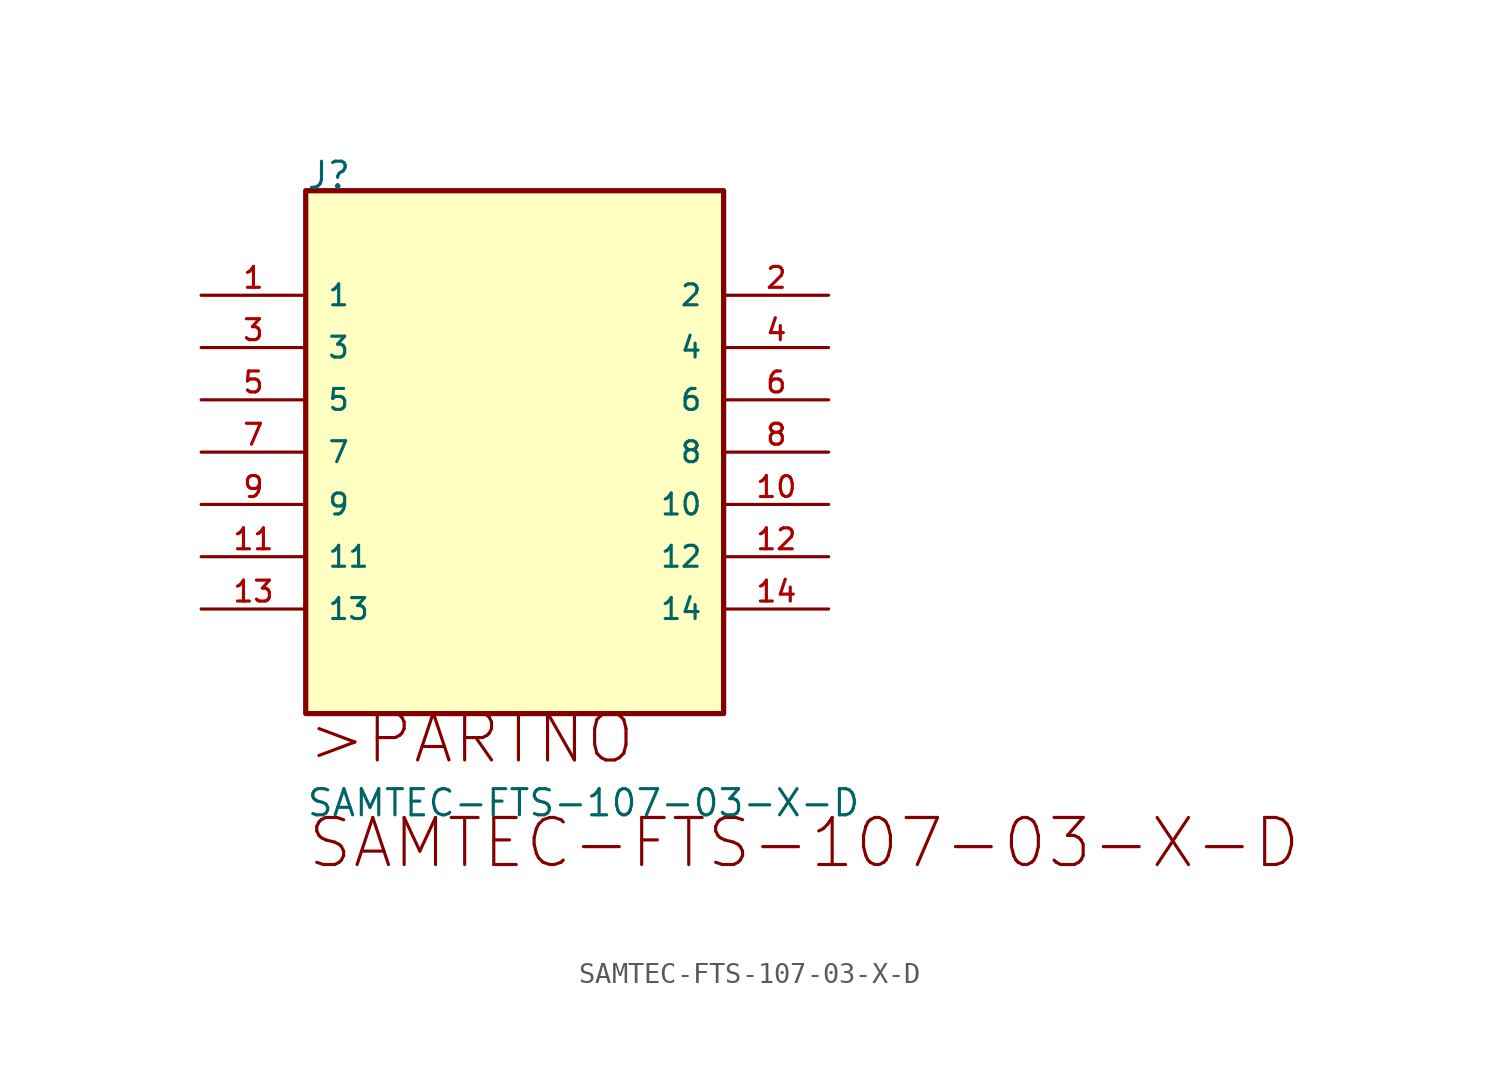
<source format=kicad_sym>
(kicad_symbol_lib
  (version 20211014)
  (generator kicad_symbol_editor)
  (symbol "SAMTEC-FTS-107-03-X-D"
    (pin_names
      (offset 1.016))
    (property "Reference" "J"
      (at 0.0 5.08 0)
      (effects (font (size 1.27 1.27)) (justify bottom left)))
    (property "Value" "SAMTEC-FTS-107-03-X-D"
      (at 0.0 -25.4 0)
      (effects (font (size 1.27 1.27)) (justify bottom left)))
    (symbol "SAMTEC-FTS-107-03-X-D_0_0"
      (text ">PARTNO" (at 0.0 -22.86 0) (effects (font (size 2.286 2.286)) (justify bottom left)))
      (text "SAMTEC-FTS-107-03-X-D" (at 0.0 -27.94 0) (effects (font (size 2.286 2.286)) (justify bottom left)))
      (rectangle (start 0.0 -20.32) (end 20.3 5.08) (stroke (width 0.254)) (fill (type background)))
      (pin passive line (at -5.08 -0.0 0) (length 5.08) (name "1" (effects (font (size 1.016 1.016)))) (number "1" (effects (font (size 1.016 1.016)))))
      (pin passive line (at 25.4 -0.0 180.0) (length 5.08) (name "2" (effects (font (size 1.016 1.016)))) (number "2" (effects (font (size 1.016 1.016)))))
      (pin passive line (at -5.08 -2.54 0) (length 5.08) (name "3" (effects (font (size 1.016 1.016)))) (number "3" (effects (font (size 1.016 1.016)))))
      (pin passive line (at 25.4 -2.54 180.0) (length 5.08) (name "4" (effects (font (size 1.016 1.016)))) (number "4" (effects (font (size 1.016 1.016)))))
      (pin passive line (at -5.08 -5.08 0) (length 5.08) (name "5" (effects (font (size 1.016 1.016)))) (number "5" (effects (font (size 1.016 1.016)))))
      (pin passive line (at 25.4 -5.08 180.0) (length 5.08) (name "6" (effects (font (size 1.016 1.016)))) (number "6" (effects (font (size 1.016 1.016)))))
      (pin passive line (at -5.08 -7.62 0) (length 5.08) (name "7" (effects (font (size 1.016 1.016)))) (number "7" (effects (font (size 1.016 1.016)))))
      (pin passive line (at 25.4 -7.62 180.0) (length 5.08) (name "8" (effects (font (size 1.016 1.016)))) (number "8" (effects (font (size 1.016 1.016)))))
      (pin passive line (at -5.08 -10.16 0) (length 5.08) (name "9" (effects (font (size 1.016 1.016)))) (number "9" (effects (font (size 1.016 1.016)))))
      (pin passive line (at 25.4 -10.16 180.0) (length 5.08) (name "10" (effects (font (size 1.016 1.016)))) (number "10" (effects (font (size 1.016 1.016)))))
      (pin passive line (at -5.08 -12.7 0) (length 5.08) (name "11" (effects (font (size 1.016 1.016)))) (number "11" (effects (font (size 1.016 1.016)))))
      (pin passive line (at 25.4 -12.7 180.0) (length 5.08) (name "12" (effects (font (size 1.016 1.016)))) (number "12" (effects (font (size 1.016 1.016)))))
      (pin passive line (at -5.08 -15.24 0) (length 5.08) (name "13" (effects (font (size 1.016 1.016)))) (number "13" (effects (font (size 1.016 1.016)))))
      (pin passive line (at 25.4 -15.24 180.0) (length 5.08) (name "14" (effects (font (size 1.016 1.016)))) (number "14" (effects (font (size 1.016 1.016))))))))
</source>
